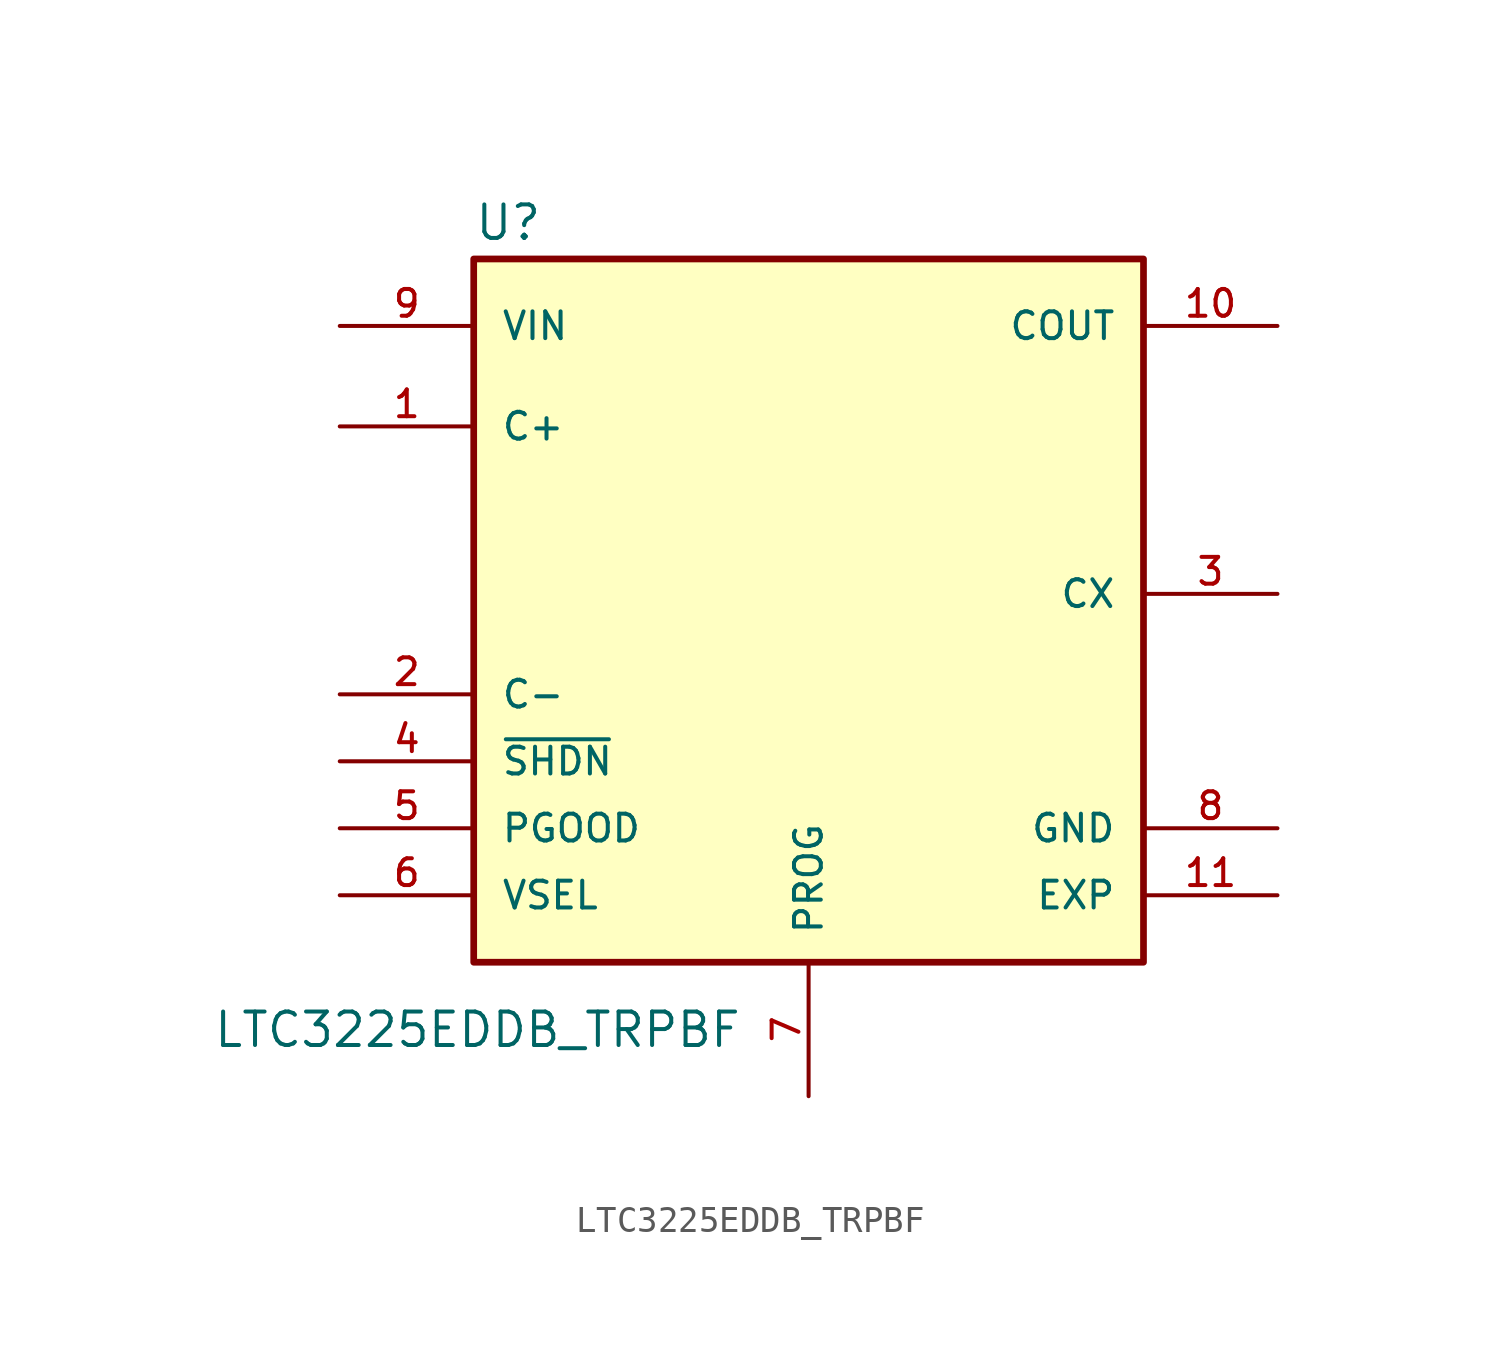
<source format=kicad_sym>
(kicad_symbol_lib
  (version 20241209)
  (generator "kicad_symbol_editor")
  (generator_version "9.0")
  (symbol "LTC3225EDDB_TRPBF"
    (pin_names
      (offset 1.016))
    (property "Reference" "U"
      (at -12.7 13.335 0)
      (effects (font (size 1.27 1.27)) (justify left bottom)))
    (property "Value" "LTC3225EDDB_TRPBF"
      (at -22.606 -17.272 0)
      (effects (font (size 1.27 1.27)) (justify left bottom)))
    (symbol "LTC3225EDDB_TRPBF_0_0"
      (rectangle (start -12.7 12.7) (end 12.7 -13.97) (stroke (width 0.254) (type default)) (fill (type background)))
      (pin input line (at -17.78 10.16 0) (length 5.08) (name "VIN" (effects (font (size 1.016 1.016)))) (number "9" (effects (font (size 1.016 1.016)))))
      (pin passive line (at -17.78 6.35 0) (length 5.08) (name "C+" (effects (font (size 1.016 1.016)))) (number "1" (effects (font (size 1.016 1.016)))))
      (pin passive line (at -17.78 -3.81 0) (length 5.08) (name "C-" (effects (font (size 1.016 1.016)))) (number "2" (effects (font (size 1.016 1.016)))))
      (pin input line (at -17.78 -6.35 0) (length 5.08) (name "~{SHDN}" (effects (font (size 1.016 1.016)))) (number "4" (effects (font (size 1.016 1.016)))))
      (pin output line (at -17.78 -8.89 0) (length 5.08) (name "PGOOD" (effects (font (size 1.016 1.016)))) (number "5" (effects (font (size 1.016 1.016)))))
      (pin input line (at -17.78 -11.43 0) (length 5.08) (name "VSEL" (effects (font (size 1.016 1.016)))) (number "6" (effects (font (size 1.016 1.016)))))
      (pin output line (at 0 -19.05 90) (length 5.08) (name "PROG" (effects (font (size 1.016 1.016)))) (number "7" (effects (font (size 1.016 1.016)))))
      (pin output line (at 17.78 10.16 180) (length 5.08) (name "COUT" (effects (font (size 1.016 1.016)))) (number "10" (effects (font (size 1.016 1.016)))))
      (pin passive line (at 17.78 0 180) (length 5.08) (name "CX" (effects (font (size 1.016 1.016)))) (number "3" (effects (font (size 1.016 1.016)))))
      (pin power_in line (at 17.78 -8.89 180) (length 5.08) (name "GND" (effects (font (size 1.016 1.016)))) (number "8" (effects (font (size 1.016 1.016)))))
      (pin power_in line (at 17.78 -11.43 180) (length 5.08) (name "EXP" (effects (font (size 1.016 1.016)))) (number "11" (effects (font (size 1.016 1.016))))))))
</source>
